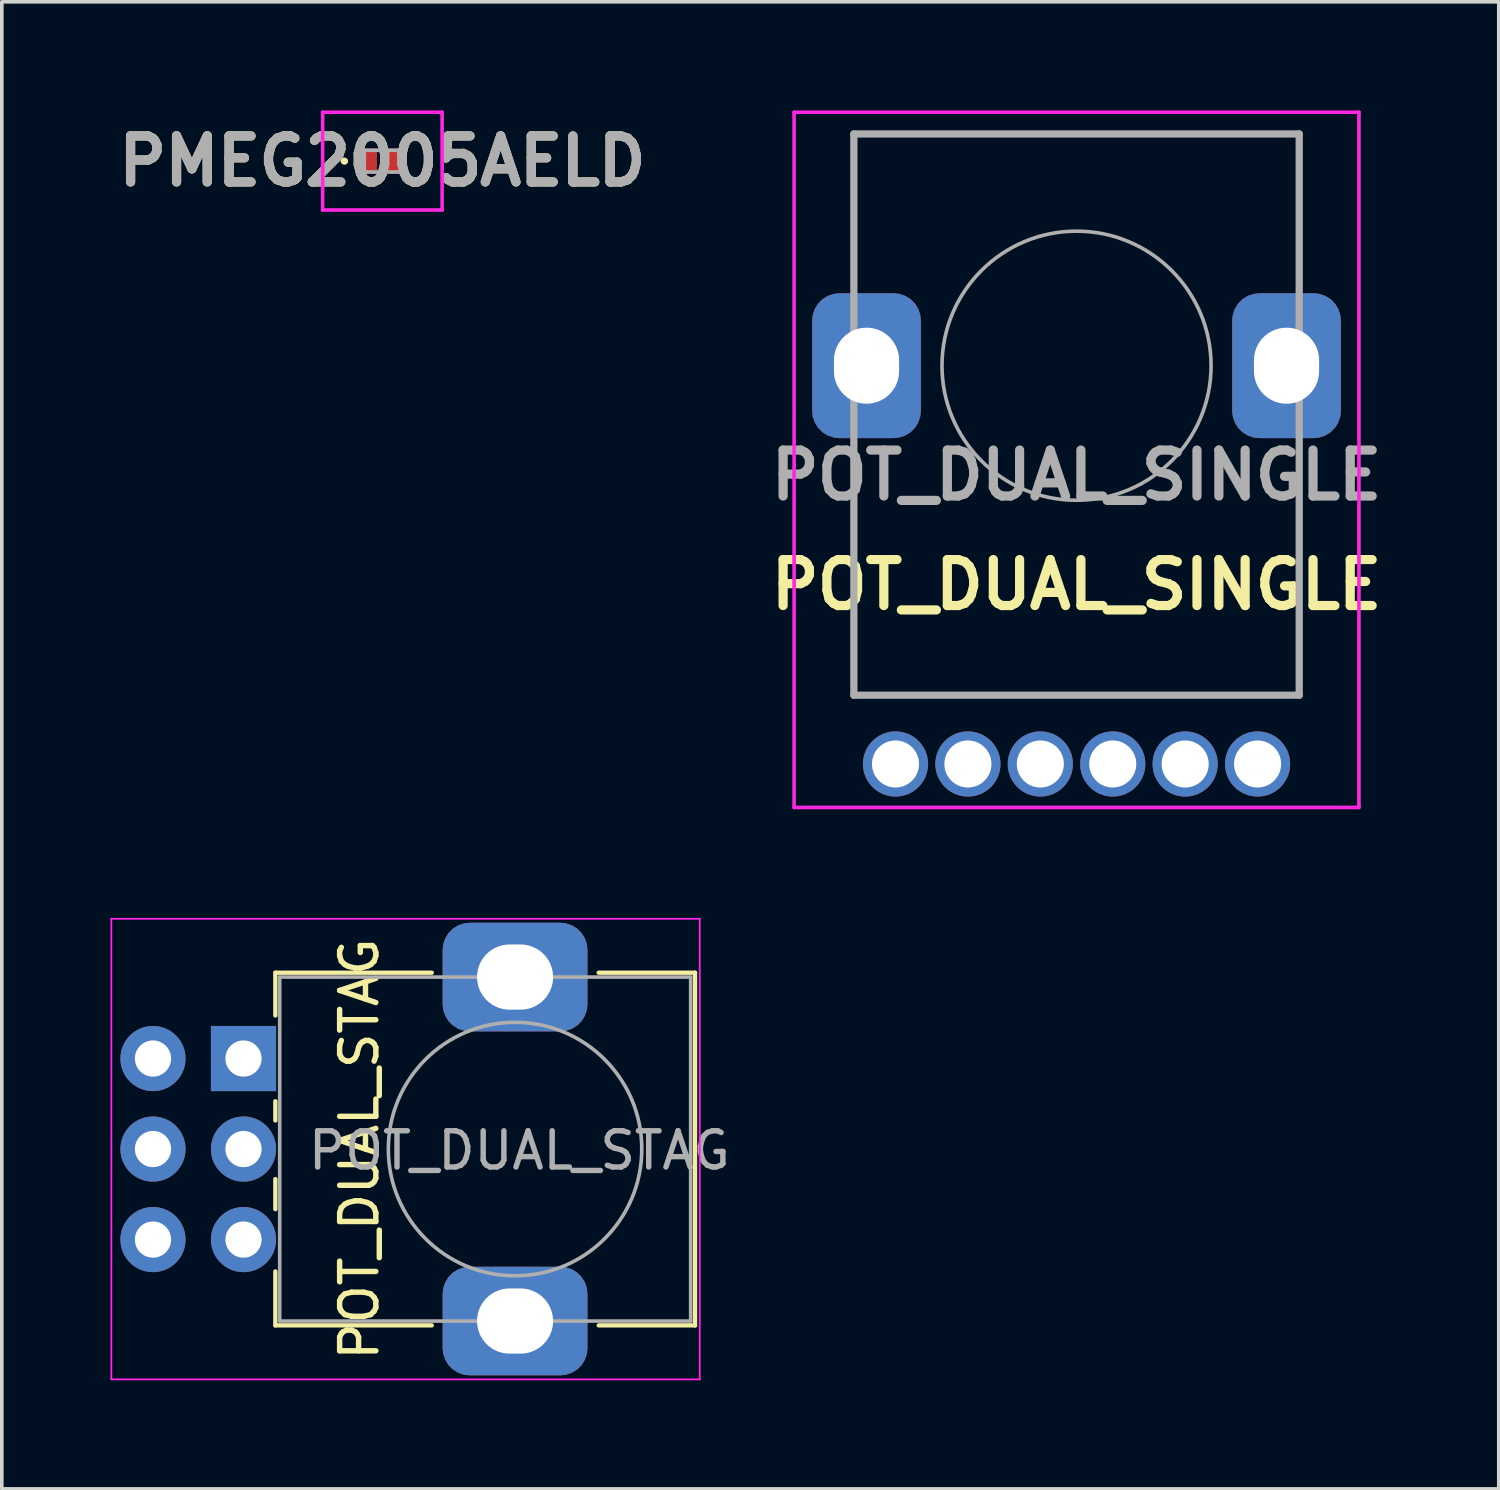
<source format=kicad_pcb>
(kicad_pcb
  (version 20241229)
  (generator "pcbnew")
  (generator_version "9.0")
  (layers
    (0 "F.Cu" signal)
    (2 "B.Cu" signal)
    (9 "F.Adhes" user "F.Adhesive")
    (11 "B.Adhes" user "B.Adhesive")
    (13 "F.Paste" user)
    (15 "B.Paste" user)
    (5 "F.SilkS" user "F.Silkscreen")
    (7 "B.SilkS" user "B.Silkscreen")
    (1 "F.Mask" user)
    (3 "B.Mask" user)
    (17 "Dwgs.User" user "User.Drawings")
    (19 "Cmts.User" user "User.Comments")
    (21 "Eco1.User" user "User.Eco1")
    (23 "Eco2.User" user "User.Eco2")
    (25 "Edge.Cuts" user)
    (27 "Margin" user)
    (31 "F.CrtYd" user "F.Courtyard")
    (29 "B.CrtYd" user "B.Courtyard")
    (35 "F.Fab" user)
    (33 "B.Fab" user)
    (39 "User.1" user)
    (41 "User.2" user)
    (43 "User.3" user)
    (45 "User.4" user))
  (footprint "POT_DUAL_STAG"
    (layer "F.Cu")
    (at 3.675 26.185)
    (property "Reference" "POT_DUAL_STAG" (at 3.2 2.5 90) (layer "F.SilkS") (effects (font (size 1 1) (thickness 0.15))))
    (attr through_hole)
    (fp_line (start 0.88 -2.37) (end 5.2 -2.37) (stroke (width 0.12) (type solid)) (layer "F.SilkS"))
    (fp_line (start 0.88 -1.19) (end 0.88 -2.37) (stroke (width 0.12) (type solid)) (layer "F.SilkS"))
    (fp_line (start 0.88 1.71) (end 0.88 1.18) (stroke (width 0.12) (type solid)) (layer "F.SilkS"))
    (fp_line (start 0.88 4.16) (end 0.88 3.33) (stroke (width 0.12) (type solid)) (layer "F.SilkS"))
    (fp_line (start 0.88 7.37) (end 0.88 5.88) (stroke (width 0.12) (type solid)) (layer "F.SilkS"))
    (fp_line (start 0.88 7.37) (end 5.2 7.37) (stroke (width 0.12) (type solid)) (layer "F.SilkS"))
    (fp_line (start 9.81 -2.37) (end 12.47 -2.37) (stroke (width 0.12) (type solid)) (layer "F.SilkS"))
    (fp_line (start 9.81 7.37) (end 12.47 7.37) (stroke (width 0.12) (type solid)) (layer "F.SilkS"))
    (fp_line (start 12.47 7.37) (end 12.47 -2.37) (stroke (width 0.12) (type solid)) (layer "F.SilkS"))
    (fp_line (start -3.65 -3.86) (end -3.65 8.86) (stroke (width 0.05) (type solid)) (layer "F.CrtYd"))
    (fp_line (start -3.65 8.86) (end 12.6 8.86) (stroke (width 0.05) (type solid)) (layer "F.CrtYd"))
    (fp_line (start 12.6 -3.86) (end -3.65 -3.86) (stroke (width 0.05) (type solid)) (layer "F.CrtYd"))
    (fp_line (start 12.6 8.86) (end 12.6 -3.86) (stroke (width 0.05) (type solid)) (layer "F.CrtYd"))
    (fp_line (start 1 -2.25) (end 12.35 -2.25) (stroke (width 0.1) (type solid)) (layer "F.Fab"))
    (fp_line (start 1 7.25) (end 1 -2.25) (stroke (width 0.1) (type solid)) (layer "F.Fab"))
    (fp_line (start 1 7.25) (end 12.35 7.25) (stroke (width 0.1) (type solid)) (layer "F.Fab"))
    (fp_line (start 12.35 7.25) (end 12.35 -2.25) (stroke (width 0.1) (type solid)) (layer "F.Fab"))
    (fp_circle (center 7.5 2.5) (end 7.5 -1) (stroke (width 0.1) (type solid)) (fill no) (layer "F.Fab"))
    (fp_text user "${REFERENCE}" (at 7.62 2.54 0) (layer "F.Fab") (effects (font (size 1 1) (thickness 0.15))))
    (pad "1" thru_hole rect (at 0 0 90) (size 1.8 1.8) (drill 1) (layers "*.Cu" "*.Mask"))
    (pad "2" thru_hole circle (at 0 2.5 90) (size 1.8 1.8) (drill 1) (layers "*.Cu" "*.Mask"))
    (pad "3" thru_hole circle (at 0 5 90) (size 1.8 1.8) (drill 1) (layers "*.Cu" "*.Mask"))
    (pad "4" thru_hole circle (at -2.5 0 90) (size 1.8 1.8) (drill 1) (layers "*.Cu" "*.Mask"))
    (pad "5" thru_hole circle (at -2.5 2.5 90) (size 1.8 1.8) (drill 1) (layers "*.Cu" "*.Mask"))
    (pad "6" thru_hole circle (at -2.5 5 90) (size 1.8 1.8) (drill 1) (layers "*.Cu" "*.Mask"))
    (pad "MP" thru_hole roundrect (at 7.5 -2.25) (size 4 3) (drill oval 2.1 1.8) (layers "*.Cu" "*.Mask") (roundrect_rratio 0.25))
    (pad "MP" thru_hole roundrect (at 7.5 7.25) (size 4 3) (drill oval 2.1 1.8) (layers "*.Cu" "*.Mask") (roundrect_rratio 0.25)))
  (footprint "POT_DUAL_SINGLE"
    (layer "F.Cu")
    (at 23.682 18.05)
    (property "Reference" "POT_DUAL_SINGLE" (at 3 -4.95 0) (layer "F.SilkS") (effects (font (size 1.27 1.27) (thickness 0.254))))
    (attr through_hole)
    (fp_line (start -3.15 -17.4) (end -3.15 -17.4) (stroke (width 0.1) (type solid)) (layer "F.SilkS"))
    (fp_line (start -3.15 -17.4) (end -3.15 -17.4) (stroke (width 0.1) (type solid)) (layer "F.SilkS"))
    (fp_line (start -3.15 -17.4) (end -3.15 -13.75) (stroke (width 0.1) (type solid)) (layer "F.SilkS"))
    (fp_line (start -3.15 -13.75) (end -3.15 -17.4) (stroke (width 0.1) (type solid)) (layer "F.SilkS"))
    (fp_line (start -3.15 -13.75) (end -3.15 -13.75) (stroke (width 0.1) (type solid)) (layer "F.SilkS"))
    (fp_line (start -3.15 -8.25) (end -3.15 -8.25) (stroke (width 0.1) (type solid)) (layer "F.SilkS"))
    (fp_line (start -3.15 -8.25) (end -3.15 -1.9) (stroke (width 0.1) (type solid)) (layer "F.SilkS"))
    (fp_line (start -3.15 -1.9) (end -3.15 -8.25) (stroke (width 0.1) (type solid)) (layer "F.SilkS"))
    (fp_line (start -3.15 -1.9) (end -3.15 -1.9) (stroke (width 0.1) (type solid)) (layer "F.SilkS"))
    (fp_line (start -3.15 -1.9) (end -3.15 -1.9) (stroke (width 0.1) (type solid)) (layer "F.SilkS"))
    (fp_line (start -3.15 -1.9) (end 9.15 -1.9) (stroke (width 0.1) (type solid)) (layer "F.SilkS"))
    (fp_line (start 9.15 -17.4) (end -3.15 -17.4) (stroke (width 0.1) (type solid)) (layer "F.SilkS"))
    (fp_line (start 9.15 -17.4) (end 9.15 -17.4) (stroke (width 0.1) (type solid)) (layer "F.SilkS"))
    (fp_line (start 9.15 -17.4) (end 9.15 -17.4) (stroke (width 0.1) (type solid)) (layer "F.SilkS"))
    (fp_line (start 9.15 -17.4) (end 9.15 -13.75) (stroke (width 0.1) (type solid)) (layer "F.SilkS"))
    (fp_line (start 9.15 -13.75) (end 9.15 -17.4) (stroke (width 0.1) (type solid)) (layer "F.SilkS"))
    (fp_line (start 9.15 -13.75) (end 9.15 -13.75) (stroke (width 0.1) (type solid)) (layer "F.SilkS"))
    (fp_line (start 9.15 -8.25) (end 9.15 -8.25) (stroke (width 0.1) (type solid)) (layer "F.SilkS"))
    (fp_line (start 9.15 -8.25) (end 9.15 -1.9) (stroke (width 0.1) (type solid)) (layer "F.SilkS"))
    (fp_line (start 9.15 -1.9) (end -3.15 -1.9) (stroke (width 0.1) (type solid)) (layer "F.SilkS"))
    (fp_line (start 9.15 -1.9) (end 9.15 -8.25) (stroke (width 0.1) (type solid)) (layer "F.SilkS"))
    (fp_line (start 9.15 -1.9) (end 9.15 -1.9) (stroke (width 0.1) (type solid)) (layer "F.SilkS"))
    (fp_line (start 9.15 -1.9) (end 9.15 -1.9) (stroke (width 0.1) (type solid)) (layer "F.SilkS"))
    (fp_line (start -4.8 -18) (end -4.8 1.2) (stroke (width 0.1) (type solid)) (layer "F.CrtYd"))
    (fp_line (start -4.8 -18) (end 10.8 -18) (stroke (width 0.1) (type solid)) (layer "F.CrtYd"))
    (fp_line (start 10.8 -18) (end 10.8 1.2) (stroke (width 0.1) (type solid)) (layer "F.CrtYd"))
    (fp_line (start 10.8 1.2) (end -4.8 1.2) (stroke (width 0.1) (type solid)) (layer "F.CrtYd"))
    (fp_line (start -3.15 -17.4) (end -3.15 -1.9) (stroke (width 0.2) (type solid)) (layer "F.Fab"))
    (fp_line (start -3.15 -1.9) (end 9.15 -1.9) (stroke (width 0.2) (type solid)) (layer "F.Fab"))
    (fp_line (start 9.15 -17.4) (end -3.15 -17.4) (stroke (width 0.2) (type solid)) (layer "F.Fab"))
    (fp_line (start 9.15 -1.9) (end 9.15 -17.4) (stroke (width 0.2) (type solid)) (layer "F.Fab"))
    (fp_circle (center 3 -11) (end 6.716 -11) (stroke (width 0.1) (type default)) (fill no) (layer "F.Fab"))
    (fp_text user "${REFERENCE}" (at 3 -7.975 0) (layer "F.Fab") (effects (font (size 1.27 1.27) (thickness 0.254))))
    (pad "1" thru_hole circle (at 0 0) (size 1.8 1.8) (drill 1.3) (layers "*.Cu" "*.Mask"))
    (pad "2" thru_hole circle (at -2 0) (size 1.8 1.8) (drill 1.3) (layers "*.Cu" "*.Mask"))
    (pad "3" thru_hole circle (at 8 0) (size 1.8 1.8) (drill 1.3) (layers "*.Cu" "*.Mask"))
    (pad "4" thru_hole circle (at 2 0) (size 1.8 1.8) (drill 1.3) (layers "*.Cu" "*.Mask"))
    (pad "5" thru_hole circle (at 4 0) (size 1.8 1.8) (drill 1.3) (layers "*.Cu" "*.Mask"))
    (pad "6" thru_hole circle (at 6 0) (size 1.8 1.8) (drill 1.3) (layers "*.Cu" "*.Mask"))
    (pad "MP" thru_hole roundrect (at -2.8 -11 270) (size 4 3) (drill oval 2.1 1.8) (layers "*.Cu" "*.Mask") (roundrect_rratio 0.25))
    (pad "MP" thru_hole roundrect (at 8.8 -11 270) (size 4 3) (drill oval 2.1 1.8) (layers "*.Cu" "*.Mask") (roundrect_rratio 0.25)))
  (footprint "PMEG2005AELD"
    (layer "F.Cu")
    (at 7.511 1.4)
    (property "Reference" "PMEG2005AELD" (at 0 0 0) (layer "F.SilkS") (effects (font (size 1.27 1.27) (thickness 0.254))))
    (attr smd)
    (fp_line (start -1.1 0) (end -1.1 0) (stroke (width 0.1) (type solid)) (layer "F.SilkS"))
    (fp_line (start -1 0) (end -1 0) (stroke (width 0.1) (type solid)) (layer "F.SilkS"))
    (fp_arc (start -1.1 0) (mid -1.05 -0.05) (end -1 0) (stroke (width 0.1) (type solid)) (layer "F.SilkS"))
    (fp_arc (start -1 0) (mid -1.05 0.05) (end -1.1 0) (stroke (width 0.1) (type solid)) (layer "F.SilkS"))
    (fp_line (start -1.65 -1.35) (end 1.65 -1.35) (stroke (width 0.1) (type solid)) (layer "F.CrtYd"))
    (fp_line (start -1.65 1.35) (end -1.65 -1.35) (stroke (width 0.1) (type solid)) (layer "F.CrtYd"))
    (fp_line (start 1.65 -1.35) (end 1.65 1.35) (stroke (width 0.1) (type solid)) (layer "F.CrtYd"))
    (fp_line (start 1.65 1.35) (end -1.65 1.35) (stroke (width 0.1) (type solid)) (layer "F.CrtYd"))
    (fp_line (start -0.5 -0.3) (end 0.5 -0.3) (stroke (width 0.1) (type solid)) (layer "F.Fab"))
    (fp_line (start -0.5 0.3) (end -0.5 -0.3) (stroke (width 0.1) (type solid)) (layer "F.Fab"))
    (fp_line (start 0.5 -0.3) (end 0.5 0.3) (stroke (width 0.1) (type solid)) (layer "F.Fab"))
    (fp_line (start 0.5 0.3) (end -0.5 0.3) (stroke (width 0.1) (type solid)) (layer "F.Fab"))
    (fp_text user "${REFERENCE}" (at 0 0 0) (layer "F.Fab") (effects (font (size 1.27 1.27) (thickness 0.254))))
    (pad "1" smd rect (at -0.4 0) (size 0.5 0.7) (layers "F.Cu" "F.Mask" "F.Paste"))
    (pad "2" smd rect (at 0.4 0) (size 0.5 0.7) (layers "F.Cu" "F.Mask" "F.Paste")))
  (gr_rect
    (start -3 -3)
    (end 38.343 38.07)
    (stroke (width 0.1) (type default))
    (fill no)
    (layer "Edge.Cuts")))
</source>
